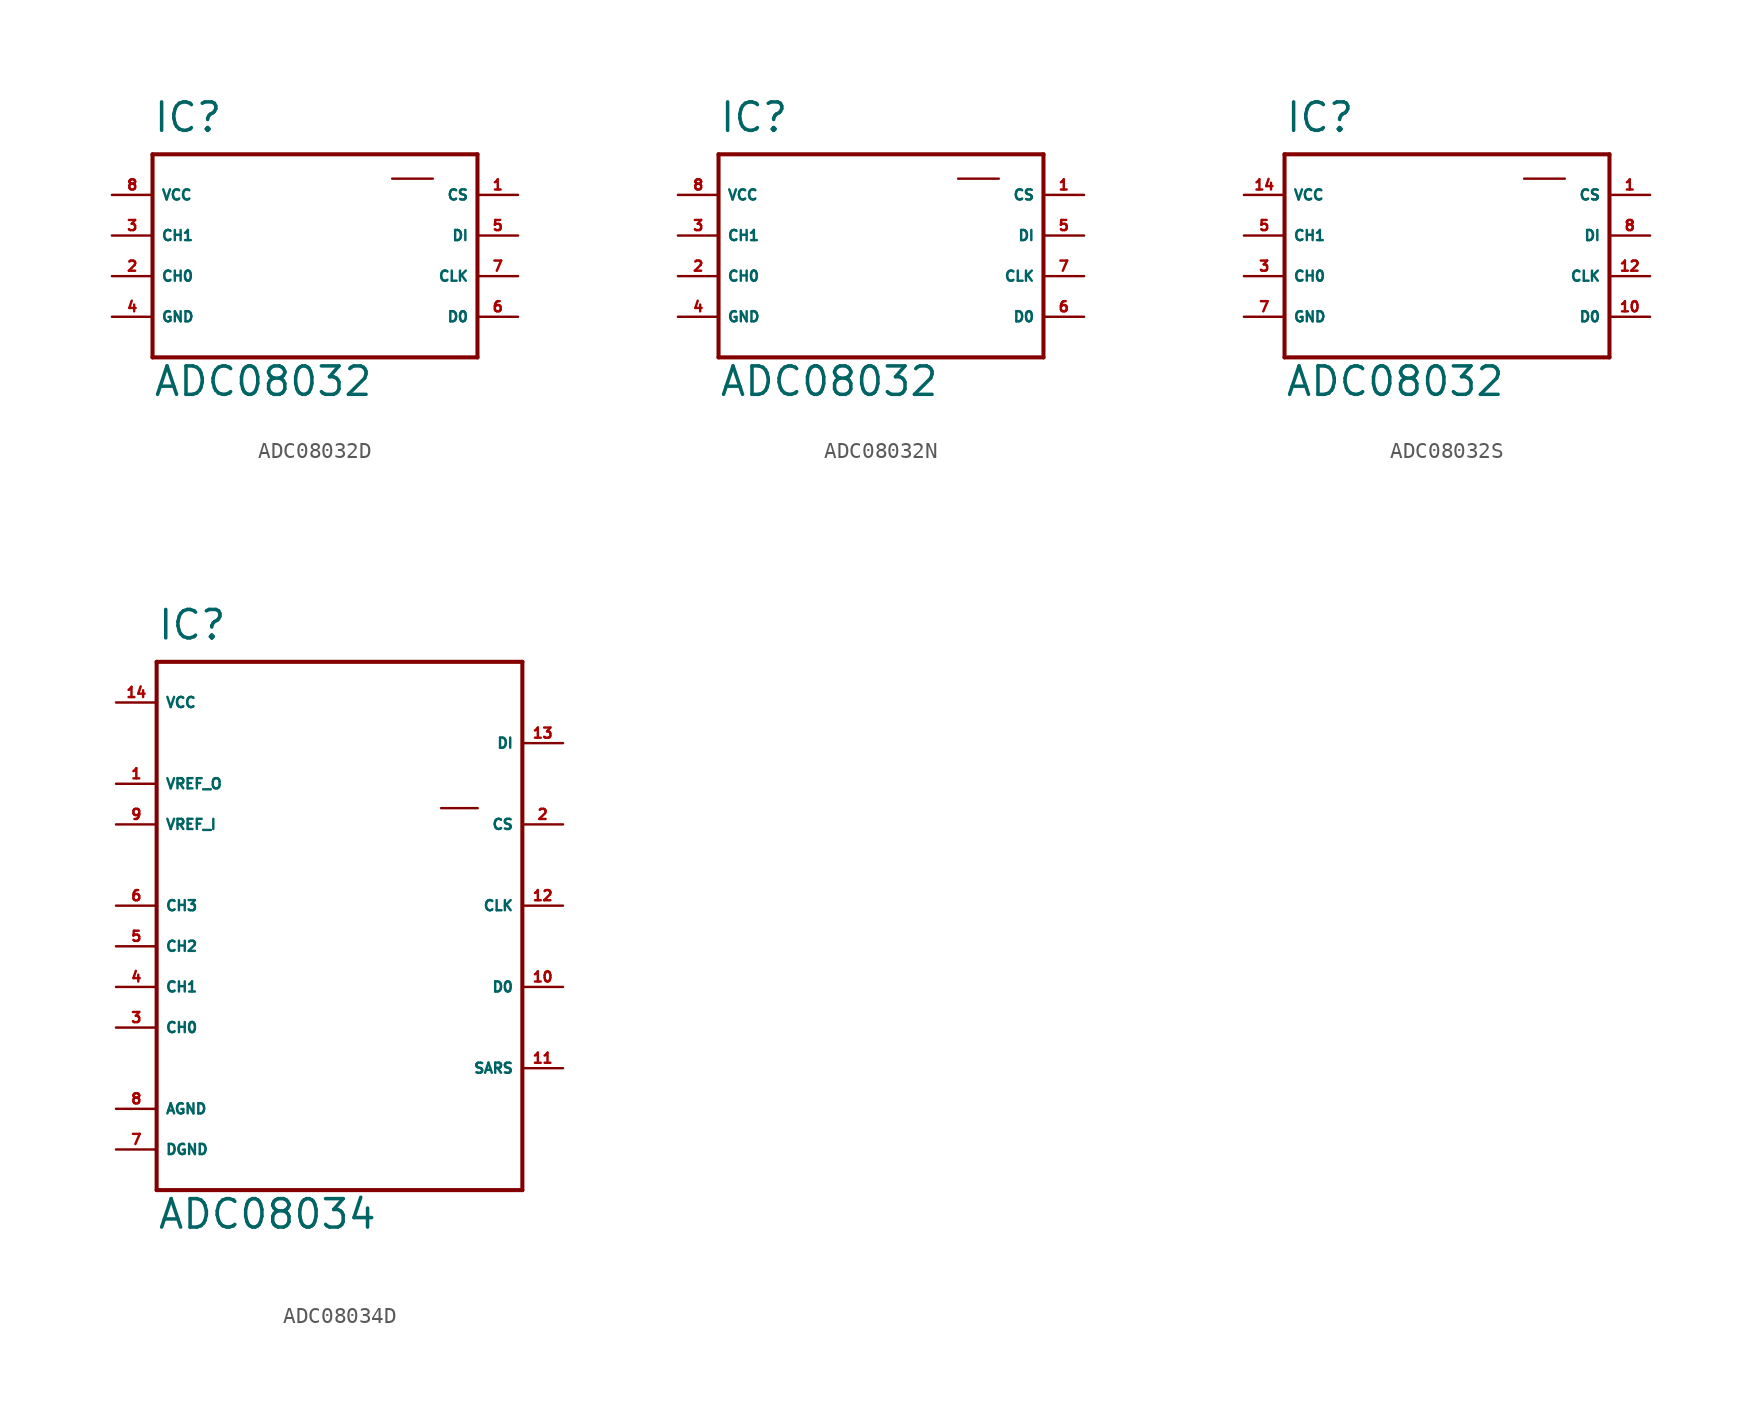
<source format=kicad_sym>
(kicad_symbol_lib
  (version 20220914)
  (generator Eagle2Kicad)
  (symbol "ADC08032D"
    (property "Reference" "IC"
      (at -10.16 6.35 0)
      (effects (font (size 1.778 1.778) (thickness 0.22)) (justify left bottom)))
    (property "Value" "ADC08032"
      (at -10.16 -10.16 0)
      (effects (font (size 1.778 1.778) (thickness 0.22)) (justify left bottom)))
    (polyline
      (pts (xy -10.16 5.08) (xy 10.16 5.08))
      (stroke (width 0.254) (type default))
      (fill (type none)))
    (polyline
      (pts (xy 10.16 5.08) (xy 10.16 -7.62))
      (stroke (width 0.254) (type default))
      (fill (type none)))
    (polyline
      (pts (xy 10.16 -7.62) (xy -10.16 -7.62))
      (stroke (width 0.254) (type default))
      (fill (type none)))
    (polyline
      (pts (xy -10.16 -7.62) (xy -10.16 5.08))
      (stroke (width 0.254) (type default))
      (fill (type none)))
    (polyline
      (pts (xy 4.826 3.556) (xy 7.366 3.556))
      (stroke (width 0.152) (type default))
      (fill (type none)))
    (pin unspecified line
      (at -12.7 2.54 0)
      (length 2.54)
      (name "VCC" (effects (font (size 0.635 0.635) (thickness 0.08)) (justify left bottom)))
      (number "8" (effects (font (size 0.635 0.635) (thickness 0.08)) (justify left bottom))))
    (pin unspecified line
      (at -12.7 -5.08 0)
      (length 2.54)
      (name "GND" (effects (font (size 0.635 0.635) (thickness 0.08)) (justify left bottom)))
      (number "4" (effects (font (size 0.635 0.635) (thickness 0.08)) (justify left bottom))))
    (pin input line
      (at 12.7 -2.54 180)
      (length 2.54)
      (name "CLK" (effects (font (size 0.635 0.635) (thickness 0.08)) (justify left bottom)))
      (number "7" (effects (font (size 0.635 0.635) (thickness 0.08)) (justify left bottom))))
    (pin input line
      (at 12.7 2.54 180)
      (length 2.54)
      (name "CS" (effects (font (size 0.635 0.635) (thickness 0.08)) (justify left bottom)))
      (number "1" (effects (font (size 0.635 0.635) (thickness 0.08)) (justify left bottom))))
    (pin tri_state line
      (at 12.7 -5.08 180)
      (length 2.54)
      (name "D0" (effects (font (size 0.635 0.635) (thickness 0.08)) (justify left bottom)))
      (number "6" (effects (font (size 0.635 0.635) (thickness 0.08)) (justify left bottom))))
    (pin input line
      (at 12.7 0 180)
      (length 2.54)
      (name "DI" (effects (font (size 0.635 0.635) (thickness 0.08)) (justify left bottom)))
      (number "5" (effects (font (size 0.635 0.635) (thickness 0.08)) (justify left bottom))))
    (pin input line
      (at -12.7 0 0)
      (length 2.54)
      (name "CH1" (effects (font (size 0.635 0.635) (thickness 0.08)) (justify left bottom)))
      (number "3" (effects (font (size 0.635 0.635) (thickness 0.08)) (justify left bottom))))
    (pin input line
      (at -12.7 -2.54 0)
      (length 2.54)
      (name "CH0" (effects (font (size 0.635 0.635) (thickness 0.08)) (justify left bottom)))
      (number "2" (effects (font (size 0.635 0.635) (thickness 0.08)) (justify left bottom)))))
  (symbol "ADC08032N"
    (property "Reference" "IC"
      (at -10.16 6.35 0)
      (effects (font (size 1.778 1.778) (thickness 0.22)) (justify left bottom)))
    (property "Value" "ADC08032"
      (at -10.16 -10.16 0)
      (effects (font (size 1.778 1.778) (thickness 0.22)) (justify left bottom)))
    (polyline
      (pts (xy -10.16 5.08) (xy 10.16 5.08))
      (stroke (width 0.254) (type default))
      (fill (type none)))
    (polyline
      (pts (xy 10.16 5.08) (xy 10.16 -7.62))
      (stroke (width 0.254) (type default))
      (fill (type none)))
    (polyline
      (pts (xy 10.16 -7.62) (xy -10.16 -7.62))
      (stroke (width 0.254) (type default))
      (fill (type none)))
    (polyline
      (pts (xy -10.16 -7.62) (xy -10.16 5.08))
      (stroke (width 0.254) (type default))
      (fill (type none)))
    (polyline
      (pts (xy 4.826 3.556) (xy 7.366 3.556))
      (stroke (width 0.152) (type default))
      (fill (type none)))
    (pin unspecified line
      (at -12.7 2.54 0)
      (length 2.54)
      (name "VCC" (effects (font (size 0.635 0.635) (thickness 0.08)) (justify left bottom)))
      (number "8" (effects (font (size 0.635 0.635) (thickness 0.08)) (justify left bottom))))
    (pin unspecified line
      (at -12.7 -5.08 0)
      (length 2.54)
      (name "GND" (effects (font (size 0.635 0.635) (thickness 0.08)) (justify left bottom)))
      (number "4" (effects (font (size 0.635 0.635) (thickness 0.08)) (justify left bottom))))
    (pin input line
      (at 12.7 -2.54 180)
      (length 2.54)
      (name "CLK" (effects (font (size 0.635 0.635) (thickness 0.08)) (justify left bottom)))
      (number "7" (effects (font (size 0.635 0.635) (thickness 0.08)) (justify left bottom))))
    (pin input line
      (at 12.7 2.54 180)
      (length 2.54)
      (name "CS" (effects (font (size 0.635 0.635) (thickness 0.08)) (justify left bottom)))
      (number "1" (effects (font (size 0.635 0.635) (thickness 0.08)) (justify left bottom))))
    (pin tri_state line
      (at 12.7 -5.08 180)
      (length 2.54)
      (name "D0" (effects (font (size 0.635 0.635) (thickness 0.08)) (justify left bottom)))
      (number "6" (effects (font (size 0.635 0.635) (thickness 0.08)) (justify left bottom))))
    (pin input line
      (at 12.7 0 180)
      (length 2.54)
      (name "DI" (effects (font (size 0.635 0.635) (thickness 0.08)) (justify left bottom)))
      (number "5" (effects (font (size 0.635 0.635) (thickness 0.08)) (justify left bottom))))
    (pin input line
      (at -12.7 0 0)
      (length 2.54)
      (name "CH1" (effects (font (size 0.635 0.635) (thickness 0.08)) (justify left bottom)))
      (number "3" (effects (font (size 0.635 0.635) (thickness 0.08)) (justify left bottom))))
    (pin input line
      (at -12.7 -2.54 0)
      (length 2.54)
      (name "CH0" (effects (font (size 0.635 0.635) (thickness 0.08)) (justify left bottom)))
      (number "2" (effects (font (size 0.635 0.635) (thickness 0.08)) (justify left bottom)))))
  (symbol "ADC08032S"
    (property "Reference" "IC"
      (at -10.16 6.35 0)
      (effects (font (size 1.778 1.778) (thickness 0.22)) (justify left bottom)))
    (property "Value" "ADC08032"
      (at -10.16 -10.16 0)
      (effects (font (size 1.778 1.778) (thickness 0.22)) (justify left bottom)))
    (polyline
      (pts (xy -10.16 5.08) (xy 10.16 5.08))
      (stroke (width 0.254) (type default))
      (fill (type none)))
    (polyline
      (pts (xy 10.16 5.08) (xy 10.16 -7.62))
      (stroke (width 0.254) (type default))
      (fill (type none)))
    (polyline
      (pts (xy 10.16 -7.62) (xy -10.16 -7.62))
      (stroke (width 0.254) (type default))
      (fill (type none)))
    (polyline
      (pts (xy -10.16 -7.62) (xy -10.16 5.08))
      (stroke (width 0.254) (type default))
      (fill (type none)))
    (polyline
      (pts (xy 4.826 3.556) (xy 7.366 3.556))
      (stroke (width 0.152) (type default))
      (fill (type none)))
    (pin unspecified line
      (at -12.7 2.54 0)
      (length 2.54)
      (name "VCC" (effects (font (size 0.635 0.635) (thickness 0.08)) (justify left bottom)))
      (number "14" (effects (font (size 0.635 0.635) (thickness 0.08)) (justify left bottom))))
    (pin unspecified line
      (at -12.7 -5.08 0)
      (length 2.54)
      (name "GND" (effects (font (size 0.635 0.635) (thickness 0.08)) (justify left bottom)))
      (number "7" (effects (font (size 0.635 0.635) (thickness 0.08)) (justify left bottom))))
    (pin input line
      (at 12.7 -2.54 180)
      (length 2.54)
      (name "CLK" (effects (font (size 0.635 0.635) (thickness 0.08)) (justify left bottom)))
      (number "12" (effects (font (size 0.635 0.635) (thickness 0.08)) (justify left bottom))))
    (pin input line
      (at 12.7 2.54 180)
      (length 2.54)
      (name "CS" (effects (font (size 0.635 0.635) (thickness 0.08)) (justify left bottom)))
      (number "1" (effects (font (size 0.635 0.635) (thickness 0.08)) (justify left bottom))))
    (pin tri_state line
      (at 12.7 -5.08 180)
      (length 2.54)
      (name "D0" (effects (font (size 0.635 0.635) (thickness 0.08)) (justify left bottom)))
      (number "10" (effects (font (size 0.635 0.635) (thickness 0.08)) (justify left bottom))))
    (pin input line
      (at 12.7 0 180)
      (length 2.54)
      (name "DI" (effects (font (size 0.635 0.635) (thickness 0.08)) (justify left bottom)))
      (number "8" (effects (font (size 0.635 0.635) (thickness 0.08)) (justify left bottom))))
    (pin input line
      (at -12.7 0 0)
      (length 2.54)
      (name "CH1" (effects (font (size 0.635 0.635) (thickness 0.08)) (justify left bottom)))
      (number "5" (effects (font (size 0.635 0.635) (thickness 0.08)) (justify left bottom))))
    (pin input line
      (at -12.7 -2.54 0)
      (length 2.54)
      (name "CH0" (effects (font (size 0.635 0.635) (thickness 0.08)) (justify left bottom)))
      (number "3" (effects (font (size 0.635 0.635) (thickness 0.08)) (justify left bottom)))))
  (symbol "ADC08034D"
    (property "Reference" "IC"
      (at -12.7 16.51 0)
      (effects (font (size 1.778 1.778) (thickness 0.22)) (justify left bottom)))
    (property "Value" "ADC08034"
      (at -12.7 -20.32 0)
      (effects (font (size 1.778 1.778) (thickness 0.22)) (justify left bottom)))
    (polyline
      (pts (xy -12.7 15.24) (xy 10.16 15.24))
      (stroke (width 0.254) (type default))
      (fill (type none)))
    (polyline
      (pts (xy 10.16 15.24) (xy 10.16 -17.78))
      (stroke (width 0.254) (type default))
      (fill (type none)))
    (polyline
      (pts (xy 10.16 -17.78) (xy -12.7 -17.78))
      (stroke (width 0.254) (type default))
      (fill (type none)))
    (polyline
      (pts (xy -12.7 -17.78) (xy -12.7 15.24))
      (stroke (width 0.254) (type default))
      (fill (type none)))
    (polyline
      (pts (xy 5.08 6.096) (xy 7.366 6.096))
      (stroke (width 0.152) (type default))
      (fill (type none)))
    (pin input line
      (at -15.24 -7.62 0)
      (length 2.54)
      (name "CH0" (effects (font (size 0.635 0.635) (thickness 0.08)) (justify left bottom)))
      (number "3" (effects (font (size 0.635 0.635) (thickness 0.08)) (justify left bottom))))
    (pin input line
      (at -15.24 -5.08 0)
      (length 2.54)
      (name "CH1" (effects (font (size 0.635 0.635) (thickness 0.08)) (justify left bottom)))
      (number "4" (effects (font (size 0.635 0.635) (thickness 0.08)) (justify left bottom))))
    (pin input line
      (at -15.24 -2.54 0)
      (length 2.54)
      (name "CH2" (effects (font (size 0.635 0.635) (thickness 0.08)) (justify left bottom)))
      (number "5" (effects (font (size 0.635 0.635) (thickness 0.08)) (justify left bottom))))
    (pin input line
      (at -15.24 0 0)
      (length 2.54)
      (name "CH3" (effects (font (size 0.635 0.635) (thickness 0.08)) (justify left bottom)))
      (number "6" (effects (font (size 0.635 0.635) (thickness 0.08)) (justify left bottom))))
    (pin unspecified line
      (at -15.24 -15.24 0)
      (length 2.54)
      (name "DGND" (effects (font (size 0.635 0.635) (thickness 0.08)) (justify left bottom)))
      (number "7" (effects (font (size 0.635 0.635) (thickness 0.08)) (justify left bottom))))
    (pin output line
      (at -15.24 7.62 0)
      (length 2.54)
      (name "VREF_O" (effects (font (size 0.635 0.635) (thickness 0.08)) (justify left bottom)))
      (number "1" (effects (font (size 0.635 0.635) (thickness 0.08)) (justify left bottom))))
    (pin input line
      (at -15.24 5.08 0)
      (length 2.54)
      (name "VREF_I" (effects (font (size 0.635 0.635) (thickness 0.08)) (justify left bottom)))
      (number "9" (effects (font (size 0.635 0.635) (thickness 0.08)) (justify left bottom))))
    (pin input line
      (at 12.7 5.08 180)
      (length 2.54)
      (name "CS" (effects (font (size 0.635 0.635) (thickness 0.08)) (justify left bottom)))
      (number "2" (effects (font (size 0.635 0.635) (thickness 0.08)) (justify left bottom))))
    (pin input line
      (at 12.7 10.16 180)
      (length 2.54)
      (name "DI" (effects (font (size 0.635 0.635) (thickness 0.08)) (justify left bottom)))
      (number "13" (effects (font (size 0.635 0.635) (thickness 0.08)) (justify left bottom))))
    (pin tri_state line
      (at 12.7 -5.08 180)
      (length 2.54)
      (name "D0" (effects (font (size 0.635 0.635) (thickness 0.08)) (justify left bottom)))
      (number "10" (effects (font (size 0.635 0.635) (thickness 0.08)) (justify left bottom))))
    (pin input line
      (at 12.7 0 180)
      (length 2.54)
      (name "CLK" (effects (font (size 0.635 0.635) (thickness 0.08)) (justify left bottom)))
      (number "12" (effects (font (size 0.635 0.635) (thickness 0.08)) (justify left bottom))))
    (pin unspecified line
      (at -15.24 12.7 0)
      (length 2.54)
      (name "VCC" (effects (font (size 0.635 0.635) (thickness 0.08)) (justify left bottom)))
      (number "14" (effects (font (size 0.635 0.635) (thickness 0.08)) (justify left bottom))))
    (pin unspecified line
      (at -15.24 -12.7 0)
      (length 2.54)
      (name "AGND" (effects (font (size 0.635 0.635) (thickness 0.08)) (justify left bottom)))
      (number "8" (effects (font (size 0.635 0.635) (thickness 0.08)) (justify left bottom))))
    (pin output line
      (at 12.7 -10.16 180)
      (length 2.54)
      (name "SARS" (effects (font (size 0.635 0.635) (thickness 0.08)) (justify left bottom)))
      (number "11" (effects (font (size 0.635 0.635) (thickness 0.08)) (justify left bottom))))))
</source>
